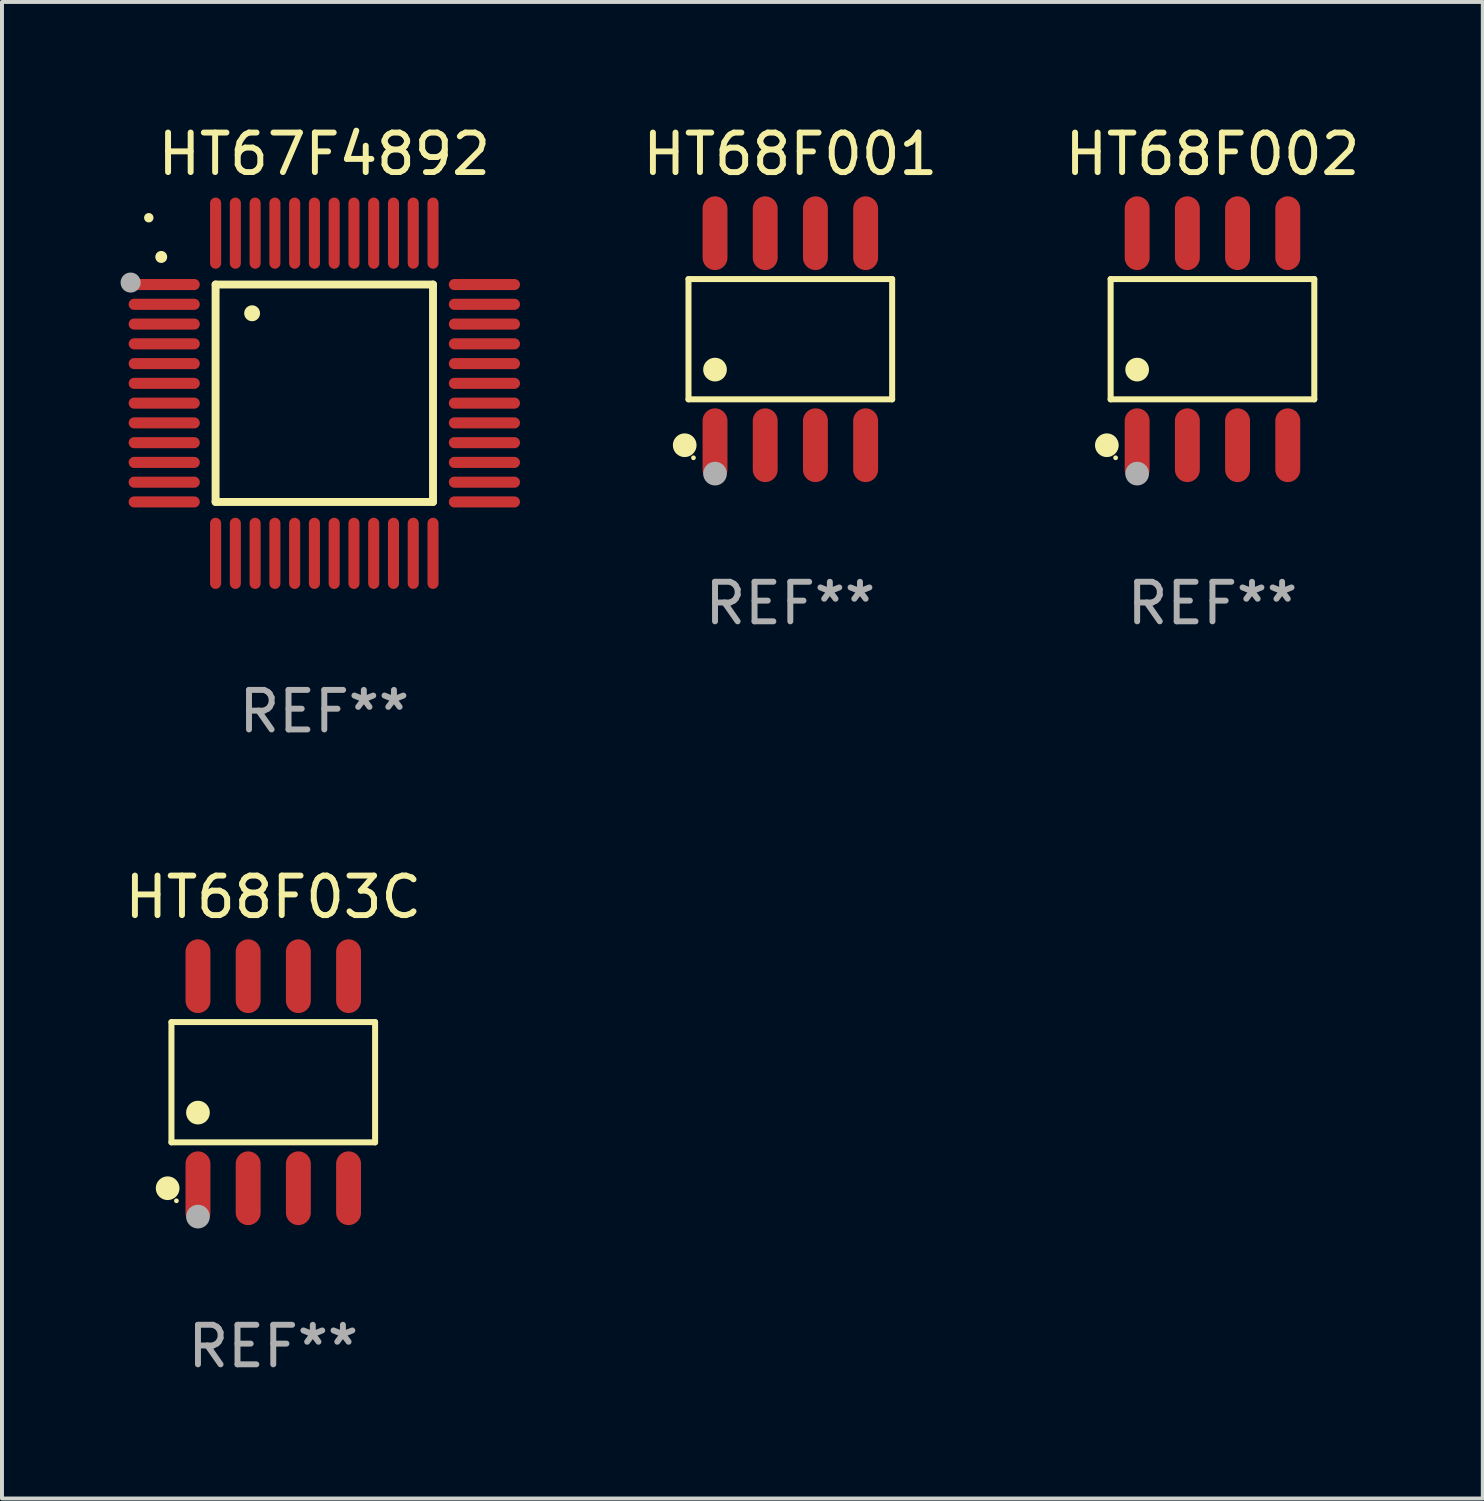
<source format=kicad_pcb>
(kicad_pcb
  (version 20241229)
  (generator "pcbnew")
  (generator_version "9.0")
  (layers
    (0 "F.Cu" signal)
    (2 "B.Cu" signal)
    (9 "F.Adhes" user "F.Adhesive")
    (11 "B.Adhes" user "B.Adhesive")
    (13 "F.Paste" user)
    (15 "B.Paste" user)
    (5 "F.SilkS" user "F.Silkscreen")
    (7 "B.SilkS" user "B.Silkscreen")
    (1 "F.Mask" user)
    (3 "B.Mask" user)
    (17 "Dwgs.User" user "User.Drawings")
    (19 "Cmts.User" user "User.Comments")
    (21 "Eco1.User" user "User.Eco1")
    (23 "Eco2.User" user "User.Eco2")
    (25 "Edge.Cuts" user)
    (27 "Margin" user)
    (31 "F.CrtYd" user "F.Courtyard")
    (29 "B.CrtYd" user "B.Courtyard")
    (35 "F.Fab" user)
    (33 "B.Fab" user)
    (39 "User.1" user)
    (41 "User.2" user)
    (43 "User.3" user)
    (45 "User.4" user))
  (footprint "HT68F001"
    (layer "F.Cu")
    (at 16.943 5.531)
    (property "Reference" "HT68F001" (at 0 -4.682 0) (layer "F.SilkS") (effects (font (size 1 1) (thickness 0.15))))
    (attr through_hole)
    (fp_line (start -2.576 -1.521) (end 2.576 -1.521) (stroke (width 0.152) (type solid)) (layer "F.SilkS"))
    (fp_line (start -2.576 1.521) (end -2.576 -1.521) (stroke (width 0.152) (type solid)) (layer "F.SilkS"))
    (fp_line (start 2.576 -1.521) (end 2.576 1.521) (stroke (width 0.152) (type solid)) (layer "F.SilkS"))
    (fp_line (start 2.576 1.521) (end -2.576 1.521) (stroke (width 0.152) (type solid)) (layer "F.SilkS"))
    (fp_circle (center -2.672 2.682) (end -2.522 2.682) (stroke (width 0.3) (type solid)) (fill no) (layer "F.SilkS"))
    (fp_circle (center -2.45 3) (end -2.42 3) (stroke (width 0.06) (type solid)) (fill no) (layer "F.SilkS"))
    (fp_circle (center -1.905 0.769) (end -1.755 0.769) (stroke (width 0.3) (type solid)) (fill no) (layer "F.SilkS"))
    (fp_circle (center -1.905 3.4) (end -1.755 3.4) (stroke (width 0.3) (type solid)) (fill no) (layer "F.Fab"))
    (fp_text user "REF**" (at 0 6.682 0) (layer "F.Fab") (effects (font (size 1 1) (thickness 0.15))))
    (pad "1" smd oval (at -1.905 2.682) (size 0.63 1.865) (layers "F.Cu" "F.Mask" "F.Paste"))
    (pad "2" smd oval (at -0.635 2.682) (size 0.63 1.865) (layers "F.Cu" "F.Mask" "F.Paste"))
    (pad "3" smd oval (at 0.635 2.682) (size 0.63 1.865) (layers "F.Cu" "F.Mask" "F.Paste"))
    (pad "4" smd oval (at 1.905 2.682) (size 0.63 1.865) (layers "F.Cu" "F.Mask" "F.Paste"))
    (pad "5" smd oval (at 1.905 -2.682) (size 0.63 1.865) (layers "F.Cu" "F.Mask" "F.Paste"))
    (pad "6" smd oval (at 0.635 -2.682) (size 0.63 1.865) (layers "F.Cu" "F.Mask" "F.Paste"))
    (pad "7" smd oval (at -0.635 -2.682) (size 0.63 1.865) (layers "F.Cu" "F.Mask" "F.Paste"))
    (pad "8" smd oval (at -1.905 -2.682) (size 0.63 1.865) (layers "F.Cu" "F.Mask" "F.Paste")))
  (footprint "HT67F4892"
    (layer "F.Cu")
    (at 5.154 6.898)
    (property "Reference" "HT67F4892" (at 0 -6.05 0) (layer "F.SilkS") (effects (font (size 1 1) (thickness 0.15))))
    (attr through_hole)
    (fp_line (start -2.75 -2.75) (end 2.75 -2.75) (stroke (width 0.2) (type solid)) (layer "F.SilkS"))
    (fp_line (start -2.75 2.75) (end -2.75 -2.75) (stroke (width 0.2) (type solid)) (layer "F.SilkS"))
    (fp_line (start 2.75 -2.75) (end 2.75 2.75) (stroke (width 0.2) (type solid)) (layer "F.SilkS"))
    (fp_line (start 2.75 2.75) (end -2.75 2.75) (stroke (width 0.2) (type solid)) (layer "F.SilkS"))
    (fp_arc (start -4.124968 -3.446787) (mid -4.124973 -3.448057) (end -4.124968 -3.449327) (stroke (width 0.3) (type solid)) (layer "F.SilkS"))
    (fp_arc (start -1.826264 -2.021844) (mid -1.826268 -2.023114) (end -1.826264 -2.024384) (stroke (width 0.4) (type solid)) (layer "F.SilkS"))
    (fp_circle (center -4.44 -4.44) (end -4.38 -4.44) (stroke (width 0.12) (type solid)) (fill no) (layer "F.SilkS"))
    (fp_circle (center -4.9 -2.8) (end -4.773 -2.8) (stroke (width 0.254) (type solid)) (fill no) (layer "F.Fab"))
    (fp_text user "REF**" (at 0 8.05 0) (layer "F.Fab") (effects (font (size 1 1) (thickness 0.15))))
    (pad "1" smd oval (at -4.05 -2.75 90) (size 0.28 1.8) (layers "F.Cu" "F.Mask" "F.Paste"))
    (pad "2" smd oval (at -4.05 -2.25 90) (size 0.28 1.8) (layers "F.Cu" "F.Mask" "F.Paste"))
    (pad "3" smd oval (at -4.05 -1.75 90) (size 0.28 1.8) (layers "F.Cu" "F.Mask" "F.Paste"))
    (pad "4" smd oval (at -4.05 -1.25 90) (size 0.28 1.8) (layers "F.Cu" "F.Mask" "F.Paste"))
    (pad "5" smd oval (at -4.05 -0.75 90) (size 0.28 1.8) (layers "F.Cu" "F.Mask" "F.Paste"))
    (pad "6" smd oval (at -4.05 -0.25 90) (size 0.28 1.8) (layers "F.Cu" "F.Mask" "F.Paste"))
    (pad "7" smd oval (at -4.05 0.25 90) (size 0.28 1.8) (layers "F.Cu" "F.Mask" "F.Paste"))
    (pad "8" smd oval (at -4.05 0.75 90) (size 0.28 1.8) (layers "F.Cu" "F.Mask" "F.Paste"))
    (pad "9" smd oval (at -4.05 1.25 90) (size 0.28 1.8) (layers "F.Cu" "F.Mask" "F.Paste"))
    (pad "10" smd oval (at -4.05 1.75 90) (size 0.28 1.8) (layers "F.Cu" "F.Mask" "F.Paste"))
    (pad "11" smd oval (at -4.05 2.25 90) (size 0.28 1.8) (layers "F.Cu" "F.Mask" "F.Paste"))
    (pad "12" smd oval (at -4.05 2.75 90) (size 0.28 1.8) (layers "F.Cu" "F.Mask" "F.Paste"))
    (pad "13" smd oval (at -2.75 4.05) (size 0.28 1.8) (layers "F.Cu" "F.Mask" "F.Paste"))
    (pad "14" smd oval (at -2.25 4.05) (size 0.28 1.8) (layers "F.Cu" "F.Mask" "F.Paste"))
    (pad "15" smd oval (at -1.75 4.05) (size 0.28 1.8) (layers "F.Cu" "F.Mask" "F.Paste"))
    (pad "16" smd oval (at -1.25 4.05) (size 0.28 1.8) (layers "F.Cu" "F.Mask" "F.Paste"))
    (pad "17" smd oval (at -0.75 4.05) (size 0.28 1.8) (layers "F.Cu" "F.Mask" "F.Paste"))
    (pad "18" smd oval (at -0.25 4.05) (size 0.28 1.8) (layers "F.Cu" "F.Mask" "F.Paste"))
    (pad "19" smd oval (at 0.25 4.05) (size 0.28 1.8) (layers "F.Cu" "F.Mask" "F.Paste"))
    (pad "20" smd oval (at 0.75 4.05) (size 0.28 1.8) (layers "F.Cu" "F.Mask" "F.Paste"))
    (pad "21" smd oval (at 1.25 4.05) (size 0.28 1.8) (layers "F.Cu" "F.Mask" "F.Paste"))
    (pad "22" smd oval (at 1.75 4.05) (size 0.28 1.8) (layers "F.Cu" "F.Mask" "F.Paste"))
    (pad "23" smd oval (at 2.25 4.05) (size 0.28 1.8) (layers "F.Cu" "F.Mask" "F.Paste"))
    (pad "24" smd oval (at 2.75 4.05) (size 0.28 1.8) (layers "F.Cu" "F.Mask" "F.Paste"))
    (pad "25" smd oval (at 4.05 2.75 90) (size 0.28 1.8) (layers "F.Cu" "F.Mask" "F.Paste"))
    (pad "26" smd oval (at 4.05 2.25 90) (size 0.28 1.8) (layers "F.Cu" "F.Mask" "F.Paste"))
    (pad "27" smd oval (at 4.05 1.75 90) (size 0.28 1.8) (layers "F.Cu" "F.Mask" "F.Paste"))
    (pad "28" smd oval (at 4.05 1.25 90) (size 0.28 1.8) (layers "F.Cu" "F.Mask" "F.Paste"))
    (pad "29" smd oval (at 4.05 0.75 90) (size 0.28 1.8) (layers "F.Cu" "F.Mask" "F.Paste"))
    (pad "30" smd oval (at 4.05 0.25 90) (size 0.28 1.8) (layers "F.Cu" "F.Mask" "F.Paste"))
    (pad "31" smd oval (at 4.05 -0.25 90) (size 0.28 1.8) (layers "F.Cu" "F.Mask" "F.Paste"))
    (pad "32" smd oval (at 4.05 -0.75 90) (size 0.28 1.8) (layers "F.Cu" "F.Mask" "F.Paste"))
    (pad "33" smd oval (at 4.05 -1.25 90) (size 0.28 1.8) (layers "F.Cu" "F.Mask" "F.Paste"))
    (pad "34" smd oval (at 4.05 -1.75 90) (size 0.28 1.8) (layers "F.Cu" "F.Mask" "F.Paste"))
    (pad "35" smd oval (at 4.05 -2.25 90) (size 0.28 1.8) (layers "F.Cu" "F.Mask" "F.Paste"))
    (pad "36" smd oval (at 4.05 -2.75 90) (size 0.28 1.8) (layers "F.Cu" "F.Mask" "F.Paste"))
    (pad "37" smd oval (at 2.75 -4.05) (size 0.28 1.8) (layers "F.Cu" "F.Mask" "F.Paste"))
    (pad "38" smd oval (at 2.25 -4.05) (size 0.28 1.8) (layers "F.Cu" "F.Mask" "F.Paste"))
    (pad "39" smd oval (at 1.75 -4.05) (size 0.28 1.8) (layers "F.Cu" "F.Mask" "F.Paste"))
    (pad "40" smd oval (at 1.25 -4.05) (size 0.28 1.8) (layers "F.Cu" "F.Mask" "F.Paste"))
    (pad "41" smd oval (at 0.75 -4.05) (size 0.28 1.8) (layers "F.Cu" "F.Mask" "F.Paste"))
    (pad "42" smd oval (at 0.25 -4.05) (size 0.28 1.8) (layers "F.Cu" "F.Mask" "F.Paste"))
    (pad "43" smd oval (at -0.25 -4.05) (size 0.28 1.8) (layers "F.Cu" "F.Mask" "F.Paste"))
    (pad "44" smd oval (at -0.75 -4.05) (size 0.28 1.8) (layers "F.Cu" "F.Mask" "F.Paste"))
    (pad "45" smd oval (at -1.25 -4.05) (size 0.28 1.8) (layers "F.Cu" "F.Mask" "F.Paste"))
    (pad "46" smd oval (at -1.75 -4.05) (size 0.28 1.8) (layers "F.Cu" "F.Mask" "F.Paste"))
    (pad "47" smd oval (at -2.25 -4.05) (size 0.28 1.8) (layers "F.Cu" "F.Mask" "F.Paste"))
    (pad "48" smd oval (at -2.75 -4.05) (size 0.28 1.8) (layers "F.Cu" "F.Mask" "F.Paste")))
  (footprint "HT68F002"
    (layer "F.Cu")
    (at 27.622 5.531)
    (property "Reference" "HT68F002" (at 0 -4.682 0) (layer "F.SilkS") (effects (font (size 1 1) (thickness 0.15))))
    (attr through_hole)
    (fp_line (start -2.576 -1.521) (end 2.576 -1.521) (stroke (width 0.152) (type solid)) (layer "F.SilkS"))
    (fp_line (start -2.576 1.521) (end -2.576 -1.521) (stroke (width 0.152) (type solid)) (layer "F.SilkS"))
    (fp_line (start 2.576 -1.521) (end 2.576 1.521) (stroke (width 0.152) (type solid)) (layer "F.SilkS"))
    (fp_line (start 2.576 1.521) (end -2.576 1.521) (stroke (width 0.152) (type solid)) (layer "F.SilkS"))
    (fp_circle (center -2.672 2.682) (end -2.522 2.682) (stroke (width 0.3) (type solid)) (fill no) (layer "F.SilkS"))
    (fp_circle (center -2.45 3) (end -2.42 3) (stroke (width 0.06) (type solid)) (fill no) (layer "F.SilkS"))
    (fp_circle (center -1.905 0.769) (end -1.755 0.769) (stroke (width 0.3) (type solid)) (fill no) (layer "F.SilkS"))
    (fp_circle (center -1.905 3.4) (end -1.755 3.4) (stroke (width 0.3) (type solid)) (fill no) (layer "F.Fab"))
    (fp_text user "REF**" (at 0 6.682 0) (layer "F.Fab") (effects (font (size 1 1) (thickness 0.15))))
    (pad "1" smd oval (at -1.905 2.682) (size 0.63 1.865) (layers "F.Cu" "F.Mask" "F.Paste"))
    (pad "2" smd oval (at -0.635 2.682) (size 0.63 1.865) (layers "F.Cu" "F.Mask" "F.Paste"))
    (pad "3" smd oval (at 0.635 2.682) (size 0.63 1.865) (layers "F.Cu" "F.Mask" "F.Paste"))
    (pad "4" smd oval (at 1.905 2.682) (size 0.63 1.865) (layers "F.Cu" "F.Mask" "F.Paste"))
    (pad "5" smd oval (at 1.905 -2.682) (size 0.63 1.865) (layers "F.Cu" "F.Mask" "F.Paste"))
    (pad "6" smd oval (at 0.635 -2.682) (size 0.63 1.865) (layers "F.Cu" "F.Mask" "F.Paste"))
    (pad "7" smd oval (at -0.635 -2.682) (size 0.63 1.865) (layers "F.Cu" "F.Mask" "F.Paste"))
    (pad "8" smd oval (at -1.905 -2.682) (size 0.63 1.865) (layers "F.Cu" "F.Mask" "F.Paste")))
  (footprint "HT68F03C"
    (layer "F.Cu")
    (at 3.863 24.327)
    (property "Reference" "HT68F03C" (at 0 -4.682 0) (layer "F.SilkS") (effects (font (size 1 1) (thickness 0.15))))
    (attr through_hole)
    (fp_line (start -2.576 -1.521) (end 2.576 -1.521) (stroke (width 0.152) (type solid)) (layer "F.SilkS"))
    (fp_line (start -2.576 1.521) (end -2.576 -1.521) (stroke (width 0.152) (type solid)) (layer "F.SilkS"))
    (fp_line (start 2.576 -1.521) (end 2.576 1.521) (stroke (width 0.152) (type solid)) (layer "F.SilkS"))
    (fp_line (start 2.576 1.521) (end -2.576 1.521) (stroke (width 0.152) (type solid)) (layer "F.SilkS"))
    (fp_circle (center -2.672 2.682) (end -2.522 2.682) (stroke (width 0.3) (type solid)) (fill no) (layer "F.SilkS"))
    (fp_circle (center -2.45 3) (end -2.42 3) (stroke (width 0.06) (type solid)) (fill no) (layer "F.SilkS"))
    (fp_circle (center -1.905 0.769) (end -1.755 0.769) (stroke (width 0.3) (type solid)) (fill no) (layer "F.SilkS"))
    (fp_circle (center -1.905 3.4) (end -1.755 3.4) (stroke (width 0.3) (type solid)) (fill no) (layer "F.Fab"))
    (fp_text user "REF**" (at 0 6.682 0) (layer "F.Fab") (effects (font (size 1 1) (thickness 0.15))))
    (pad "1" smd oval (at -1.905 2.682) (size 0.63 1.865) (layers "F.Cu" "F.Mask" "F.Paste"))
    (pad "2" smd oval (at -0.635 2.682) (size 0.63 1.865) (layers "F.Cu" "F.Mask" "F.Paste"))
    (pad "3" smd oval (at 0.635 2.682) (size 0.63 1.865) (layers "F.Cu" "F.Mask" "F.Paste"))
    (pad "4" smd oval (at 1.905 2.682) (size 0.63 1.865) (layers "F.Cu" "F.Mask" "F.Paste"))
    (pad "5" smd oval (at 1.905 -2.682) (size 0.63 1.865) (layers "F.Cu" "F.Mask" "F.Paste"))
    (pad "6" smd oval (at 0.635 -2.682) (size 0.63 1.865) (layers "F.Cu" "F.Mask" "F.Paste"))
    (pad "7" smd oval (at -0.635 -2.682) (size 0.63 1.865) (layers "F.Cu" "F.Mask" "F.Paste"))
    (pad "8" smd oval (at -1.905 -2.682) (size 0.63 1.865) (layers "F.Cu" "F.Mask" "F.Paste")))
  (gr_rect
    (start -3 -3)
    (end 34.461 34.858)
    (stroke (width 0.1) (type default))
    (fill no)
    (layer "Edge.Cuts")))
</source>
